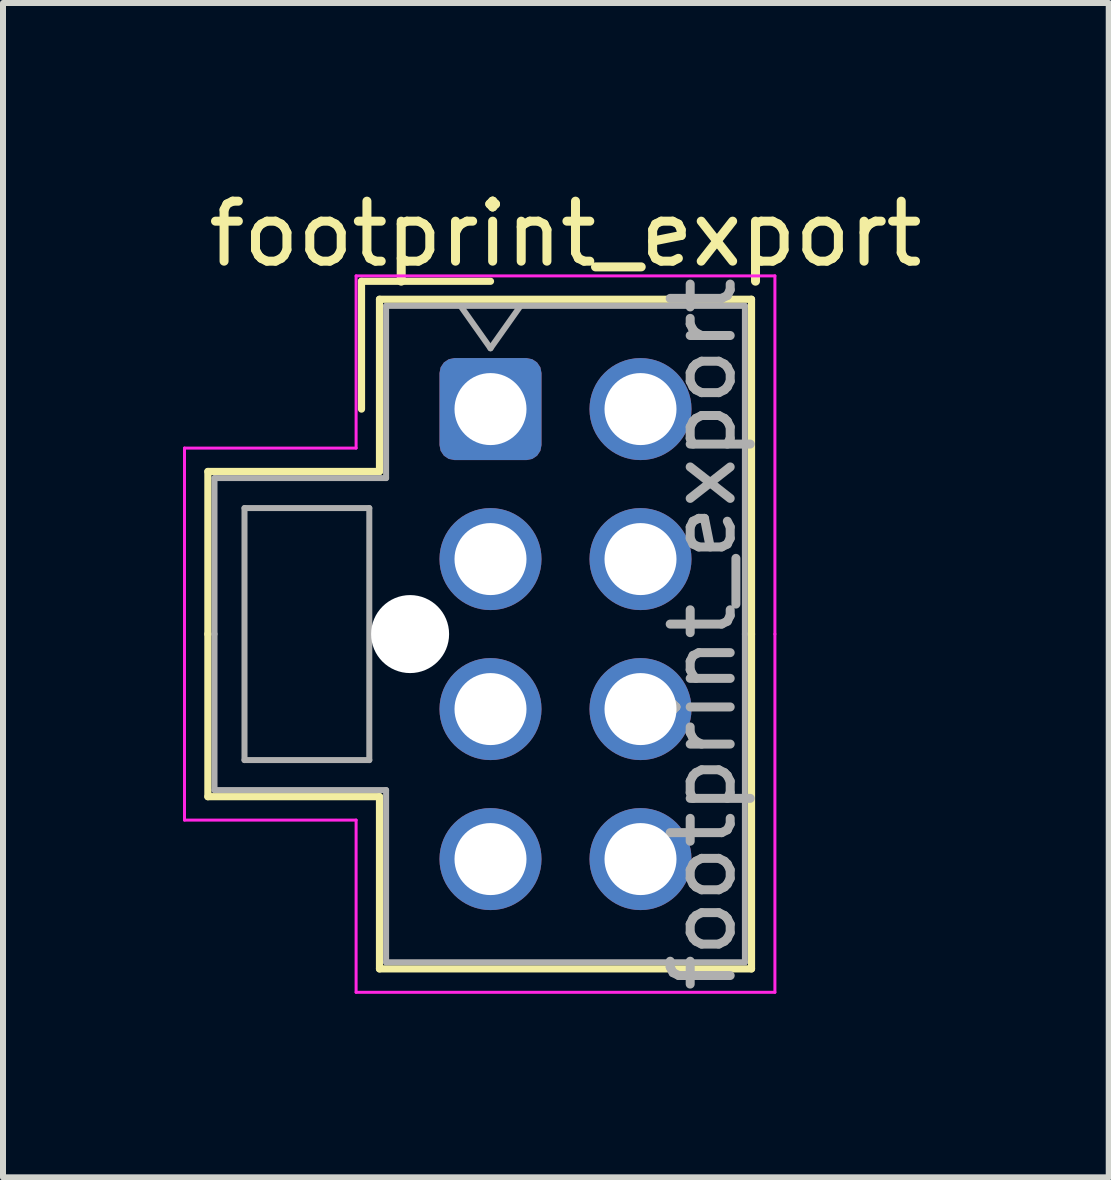
<source format=kicad_pcb>
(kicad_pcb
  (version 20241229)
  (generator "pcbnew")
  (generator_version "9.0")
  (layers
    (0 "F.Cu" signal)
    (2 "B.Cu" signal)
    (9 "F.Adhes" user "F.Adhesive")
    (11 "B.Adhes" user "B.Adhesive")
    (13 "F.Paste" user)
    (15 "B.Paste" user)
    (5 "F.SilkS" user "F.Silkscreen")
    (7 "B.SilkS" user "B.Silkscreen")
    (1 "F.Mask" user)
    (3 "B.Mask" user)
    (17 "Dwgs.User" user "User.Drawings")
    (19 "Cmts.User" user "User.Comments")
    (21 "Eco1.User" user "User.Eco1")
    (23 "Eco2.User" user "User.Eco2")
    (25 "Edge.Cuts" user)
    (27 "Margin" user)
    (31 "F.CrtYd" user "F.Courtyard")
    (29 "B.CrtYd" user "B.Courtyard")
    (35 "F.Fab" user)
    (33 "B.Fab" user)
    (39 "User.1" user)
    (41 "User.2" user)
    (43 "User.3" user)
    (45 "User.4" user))
  (footprint "footprint_export"
    (layer "F.Cu")
    (at 5.125 3.768)
    (property "Reference" "footprint_export" (at 1.25 -2.92 0) (layer "F.SilkS") (effects (font (size 1 1) (thickness 0.15))))
    (attr through_hole)
    (fp_line (start -4.71 1.04) (end -4.71 3.75) (stroke (width 0.12) (type solid)) (layer "F.SilkS"))
    (fp_line (start -4.71 6.46) (end -4.71 3.75) (stroke (width 0.12) (type solid)) (layer "F.SilkS"))
    (fp_line (start -2.15 -2.13) (end -2.15 0) (stroke (width 0.12) (type solid)) (layer "F.SilkS"))
    (fp_line (start -1.85 -1.83) (end -1.85 1.04) (stroke (width 0.12) (type solid)) (layer "F.SilkS"))
    (fp_line (start -1.85 1.04) (end -4.71 1.04) (stroke (width 0.12) (type solid)) (layer "F.SilkS"))
    (fp_line (start -1.85 6.46) (end -4.71 6.46) (stroke (width 0.12) (type solid)) (layer "F.SilkS"))
    (fp_line (start -1.85 9.33) (end -1.85 6.46) (stroke (width 0.12) (type solid)) (layer "F.SilkS"))
    (fp_line (start 0 -2.13) (end -2.15 -2.13) (stroke (width 0.12) (type solid)) (layer "F.SilkS"))
    (fp_line (start 4.35 -1.83) (end -1.85 -1.83) (stroke (width 0.12) (type solid)) (layer "F.SilkS"))
    (fp_line (start 4.35 3.75) (end 4.35 -1.83) (stroke (width 0.12) (type solid)) (layer "F.SilkS"))
    (fp_line (start 4.35 3.75) (end 4.35 9.33) (stroke (width 0.12) (type solid)) (layer "F.SilkS"))
    (fp_line (start 4.35 9.33) (end -1.85 9.33) (stroke (width 0.12) (type solid)) (layer "F.SilkS"))
    (fp_line (start -5.1 0.65) (end -5.1 3.75) (stroke (width 0.05) (type solid)) (layer "F.CrtYd"))
    (fp_line (start -5.1 6.85) (end -5.1 3.75) (stroke (width 0.05) (type solid)) (layer "F.CrtYd"))
    (fp_line (start -2.24 -2.22) (end -2.24 0.65) (stroke (width 0.05) (type solid)) (layer "F.CrtYd"))
    (fp_line (start -2.24 0.65) (end -5.1 0.65) (stroke (width 0.05) (type solid)) (layer "F.CrtYd"))
    (fp_line (start -2.24 6.85) (end -5.1 6.85) (stroke (width 0.05) (type solid)) (layer "F.CrtYd"))
    (fp_line (start -2.24 9.72) (end -2.24 6.85) (stroke (width 0.05) (type solid)) (layer "F.CrtYd"))
    (fp_line (start 4.74 -2.22) (end -2.24 -2.22) (stroke (width 0.05) (type solid)) (layer "F.CrtYd"))
    (fp_line (start 4.74 3.75) (end 4.74 -2.22) (stroke (width 0.05) (type solid)) (layer "F.CrtYd"))
    (fp_line (start 4.74 3.75) (end 4.74 9.72) (stroke (width 0.05) (type solid)) (layer "F.CrtYd"))
    (fp_line (start 4.74 9.72) (end -2.24 9.72) (stroke (width 0.05) (type solid)) (layer "F.CrtYd"))
    (fp_line (start -4.6 1.15) (end -4.6 3.75) (stroke (width 0.1) (type solid)) (layer "F.Fab"))
    (fp_line (start -4.6 6.35) (end -4.6 3.75) (stroke (width 0.1) (type solid)) (layer "F.Fab"))
    (fp_line (start -4.1 1.65) (end -4.1 5.85) (stroke (width 0.1) (type solid)) (layer "F.Fab"))
    (fp_line (start -4.1 5.85) (end -2.02 5.85) (stroke (width 0.1) (type solid)) (layer "F.Fab"))
    (fp_line (start -2.02 1.65) (end -4.1 1.65) (stroke (width 0.1) (type solid)) (layer "F.Fab"))
    (fp_line (start -2.02 5.85) (end -2.02 1.65) (stroke (width 0.1) (type solid)) (layer "F.Fab"))
    (fp_line (start -1.74 -1.72) (end -1.74 1.15) (stroke (width 0.1) (type solid)) (layer "F.Fab"))
    (fp_line (start -1.74 1.15) (end -4.6 1.15) (stroke (width 0.1) (type solid)) (layer "F.Fab"))
    (fp_line (start -1.74 6.35) (end -4.6 6.35) (stroke (width 0.1) (type solid)) (layer "F.Fab"))
    (fp_line (start -1.74 9.22) (end -1.74 6.35) (stroke (width 0.1) (type solid)) (layer "F.Fab"))
    (fp_line (start -0.5 -1.72) (end 0 -1.013) (stroke (width 0.1) (type solid)) (layer "F.Fab"))
    (fp_line (start 0 -1.013) (end 0.5 -1.72) (stroke (width 0.1) (type solid)) (layer "F.Fab"))
    (fp_line (start 4.24 -1.72) (end -1.74 -1.72) (stroke (width 0.1) (type solid)) (layer "F.Fab"))
    (fp_line (start 4.24 3.75) (end 4.24 -1.72) (stroke (width 0.1) (type solid)) (layer "F.Fab"))
    (fp_line (start 4.24 3.75) (end 4.24 9.22) (stroke (width 0.1) (type solid)) (layer "F.Fab"))
    (fp_line (start 4.24 9.22) (end -1.74 9.22) (stroke (width 0.1) (type solid)) (layer "F.Fab"))
    (fp_text user "${REFERENCE}" (at 3.54 3.75 90) (layer "F.Fab") (effects (font (size 1 1) (thickness 0.15))))
    (pad "" np_thru_hole circle (at -1.34 3.75) (size 1.3 1.3) (drill 1.3) (layers "*.Cu" "*.Mask"))
    (pad "1" thru_hole roundrect (at 0 0) (size 1.7 1.7) (drill 1.2) (layers "*.Cu" "*.Mask") (roundrect_rratio 0.147))
    (pad "2" thru_hole circle (at 0 2.5) (size 1.7 1.7) (drill 1.2) (layers "*.Cu" "*.Mask"))
    (pad "3" thru_hole circle (at 0 5) (size 1.7 1.7) (drill 1.2) (layers "*.Cu" "*.Mask"))
    (pad "4" thru_hole circle (at 0 7.5) (size 1.7 1.7) (drill 1.2) (layers "*.Cu" "*.Mask"))
    (pad "5" thru_hole circle (at 2.5 0) (size 1.7 1.7) (drill 1.2) (layers "*.Cu" "*.Mask"))
    (pad "6" thru_hole circle (at 2.5 2.5) (size 1.7 1.7) (drill 1.2) (layers "*.Cu" "*.Mask"))
    (pad "7" thru_hole circle (at 2.5 5) (size 1.7 1.7) (drill 1.2) (layers "*.Cu" "*.Mask"))
    (pad "8" thru_hole circle (at 2.5 7.5) (size 1.7 1.7) (drill 1.2) (layers "*.Cu" "*.Mask")))
  (gr_rect
    (start -3 -3)
    (end 15.429 16.572)
    (stroke (width 0.1) (type default))
    (fill no)
    (layer "Edge.Cuts")))
</source>
